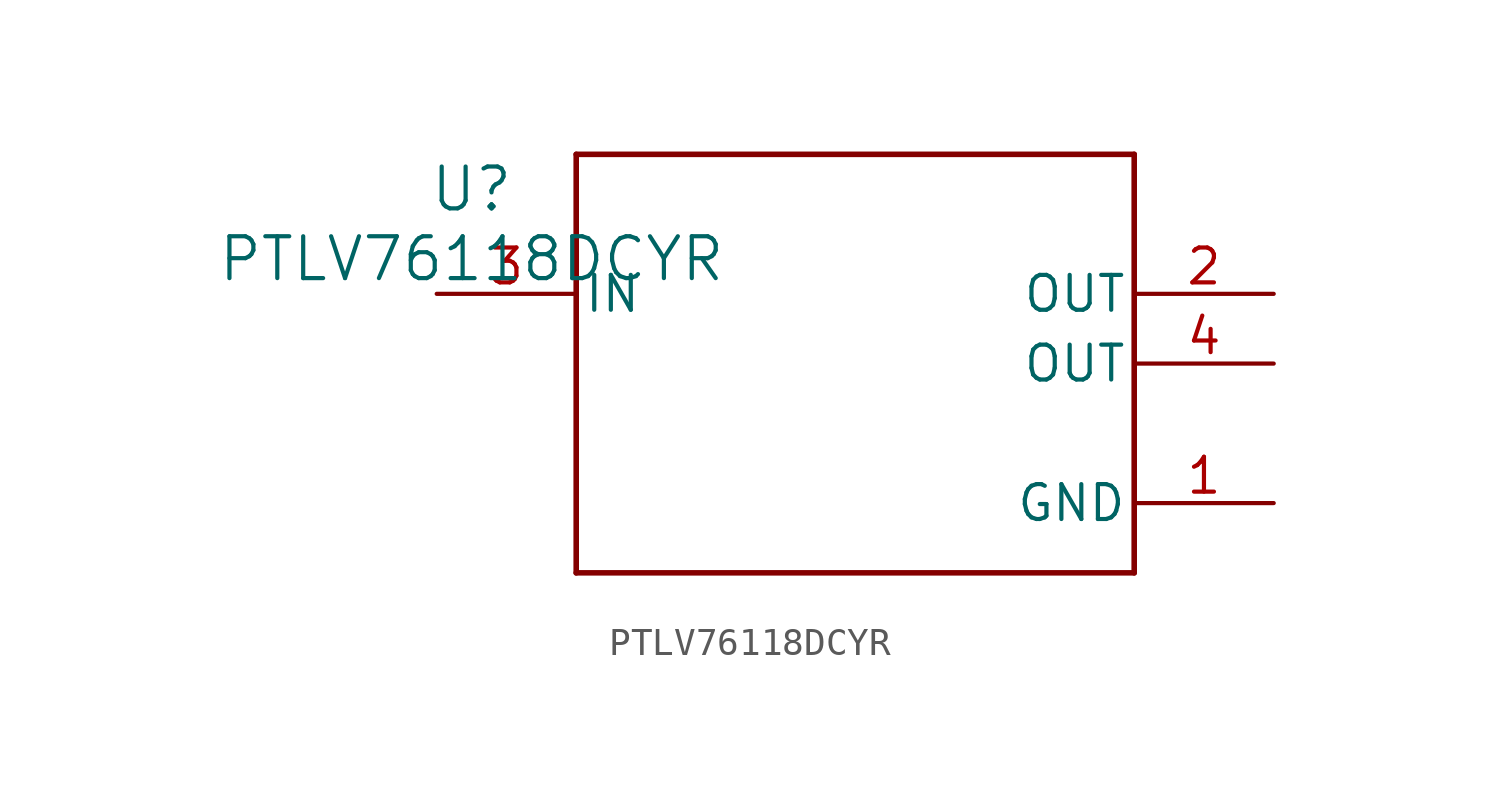
<source format=kicad_sym>
(kicad_symbol_lib
  (version 20211014)
  (generator kicad_symbol_editor)
  (symbol "PTLV76118DCYR"
    (pin_names
      (offset 0.254))
    (property "Reference" "U"
      (at 0 2.54 0)
      (effects (font (size 1.524 1.524))))
    (property "Value" "PTLV76118DCYR"
      (at 0 0 0)
      (effects (font (size 1.524 1.524))))
    (symbol "PTLV76118DCYR_0_1"
      (polyline (pts (xy 3.81 -11.43) (xy 24.13 -11.43)) (stroke (width 0.203) (type default) (color 0 0 0 0)) (fill (type none)))
      (polyline (pts (xy 24.13 -11.43) (xy 24.13 3.81)) (stroke (width 0.203) (type default) (color 0 0 0 0)) (fill (type none)))
      (polyline (pts (xy 24.13 3.81) (xy 3.81 3.81)) (stroke (width 0.203) (type default) (color 0 0 0 0)) (fill (type none)))
      (polyline (pts (xy 3.81 3.81) (xy 3.81 -11.43)) (stroke (width 0.203) (type default) (color 0 0 0 0)) (fill (type none)))
      (pin power_in line (at 29.21 -8.89 180) (length 5.08) (name "GND" (effects (font (size 1.27 1.27)))) (number "1" (effects (font (size 1.27 1.27)))))
      (pin power_in line (at 29.21 -1.27 180) (length 5.08) (name "OUT" (effects (font (size 1.27 1.27)))) (number "2" (effects (font (size 1.27 1.27)))))
      (pin power_in line (at -1.27 -1.27 0) (length 5.08) (name "IN" (effects (font (size 1.27 1.27)))) (number "3" (effects (font (size 1.27 1.27)))))
      (pin power_in line (at 29.21 -3.81 180) (length 5.08) (name "OUT" (effects (font (size 1.27 1.27)))) (number "4" (effects (font (size 1.27 1.27))))))))
</source>
